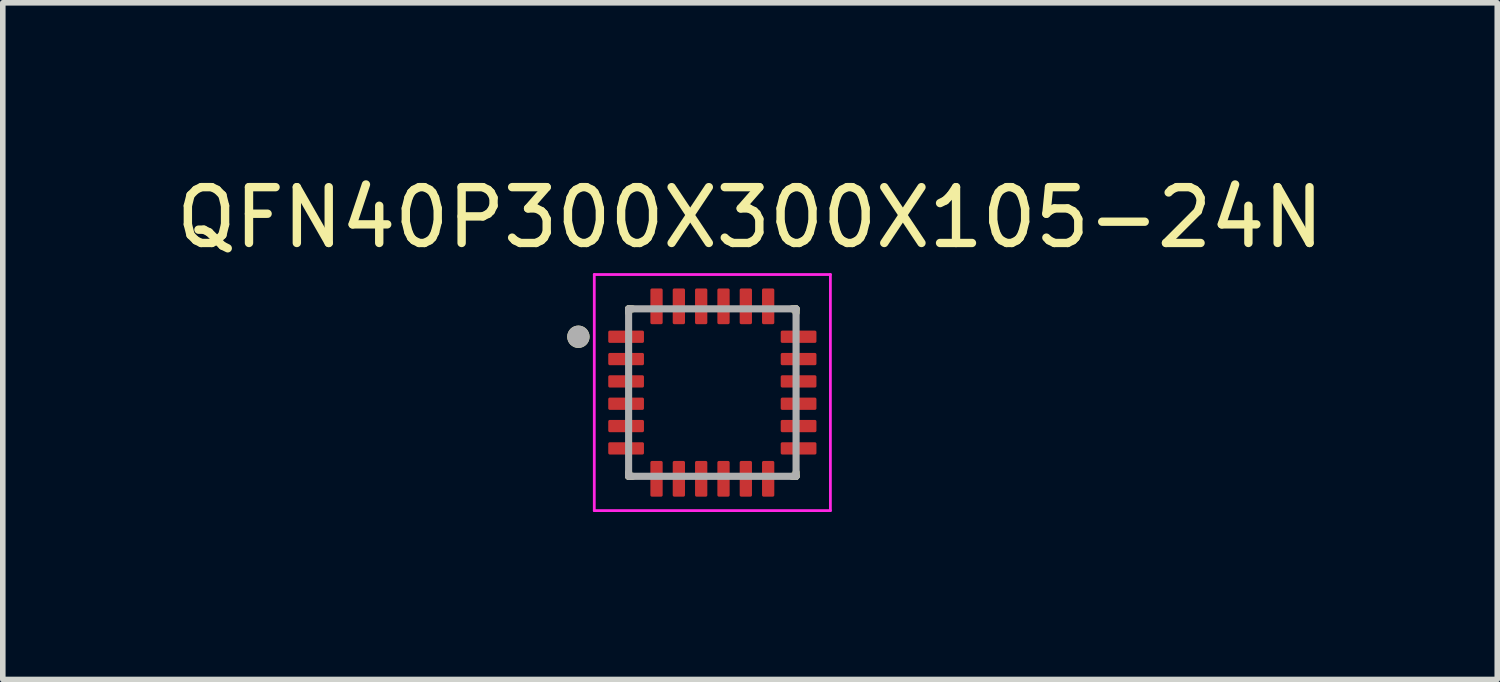
<source format=kicad_pcb>
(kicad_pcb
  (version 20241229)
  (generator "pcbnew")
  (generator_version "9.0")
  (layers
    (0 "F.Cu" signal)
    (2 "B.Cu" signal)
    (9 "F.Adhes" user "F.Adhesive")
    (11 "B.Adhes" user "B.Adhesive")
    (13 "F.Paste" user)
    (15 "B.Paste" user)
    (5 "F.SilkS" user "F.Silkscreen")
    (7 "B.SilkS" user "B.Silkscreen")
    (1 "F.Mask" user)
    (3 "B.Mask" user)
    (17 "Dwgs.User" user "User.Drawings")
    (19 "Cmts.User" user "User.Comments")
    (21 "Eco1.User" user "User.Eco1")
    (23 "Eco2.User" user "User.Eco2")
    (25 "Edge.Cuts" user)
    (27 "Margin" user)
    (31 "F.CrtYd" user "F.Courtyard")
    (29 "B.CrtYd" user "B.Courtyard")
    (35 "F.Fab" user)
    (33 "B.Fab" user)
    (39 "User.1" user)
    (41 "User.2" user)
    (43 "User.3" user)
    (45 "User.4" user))
  (footprint "QFN40P300X300X105-24N"
    (layer "F.Cu")
    (at 9.712 3.983)
    (property "Reference" "QFN40P300X300X105-24N" (at 0.675 -3.135 0) (layer "F.SilkS") (effects (font (size 1 1) (thickness 0.15))))
    (attr smd)
    (fp_line (start -1.5 -1.5) (end -1.5 -1.43) (stroke (width 0.127) (type solid)) (layer "F.SilkS"))
    (fp_line (start -1.5 1.43) (end -1.5 1.5) (stroke (width 0.127) (type solid)) (layer "F.SilkS"))
    (fp_line (start -1.5 1.5) (end -1.43 1.5) (stroke (width 0.127) (type solid)) (layer "F.SilkS"))
    (fp_line (start -1.43 -1.5) (end -1.5 -1.5) (stroke (width 0.127) (type solid)) (layer "F.SilkS"))
    (fp_line (start 1.43 1.5) (end 1.5 1.5) (stroke (width 0.127) (type solid)) (layer "F.SilkS"))
    (fp_line (start 1.5 -1.5) (end 1.43 -1.5) (stroke (width 0.127) (type solid)) (layer "F.SilkS"))
    (fp_line (start 1.5 -1.43) (end 1.5 -1.5) (stroke (width 0.127) (type solid)) (layer "F.SilkS"))
    (fp_line (start 1.5 1.5) (end 1.5 1.43) (stroke (width 0.127) (type solid)) (layer "F.SilkS"))
    (fp_circle (center -2.4 -1) (end -2.3 -1) (stroke (width 0.2) (type solid)) (fill no) (layer "F.SilkS"))
    (fp_line (start -2.115 -2.115) (end 2.115 -2.115) (stroke (width 0.05) (type solid)) (layer "F.CrtYd"))
    (fp_line (start -2.115 2.115) (end -2.115 -2.115) (stroke (width 0.05) (type solid)) (layer "F.CrtYd"))
    (fp_line (start 2.115 -2.115) (end 2.115 2.115) (stroke (width 0.05) (type solid)) (layer "F.CrtYd"))
    (fp_line (start 2.115 2.115) (end -2.115 2.115) (stroke (width 0.05) (type solid)) (layer "F.CrtYd"))
    (fp_line (start -1.5 -1.5) (end 1.5 -1.5) (stroke (width 0.127) (type solid)) (layer "F.Fab"))
    (fp_line (start -1.5 1.5) (end -1.5 -1.5) (stroke (width 0.127) (type solid)) (layer "F.Fab"))
    (fp_line (start 1.5 -1.5) (end 1.5 1.5) (stroke (width 0.127) (type solid)) (layer "F.Fab"))
    (fp_line (start 1.5 1.5) (end -1.5 1.5) (stroke (width 0.127) (type solid)) (layer "F.Fab"))
    (fp_circle (center -2.4 -1) (end -2.3 -1) (stroke (width 0.2) (type solid)) (fill no) (layer "F.Fab"))
    (pad "1" smd roundrect (at -1.545 -1) (size 0.64 0.22) (layers "F.Cu" "F.Mask" "F.Paste") (roundrect_rratio 0.125))
    (pad "2" smd roundrect (at -1.545 -0.6) (size 0.64 0.22) (layers "F.Cu" "F.Mask" "F.Paste") (roundrect_rratio 0.125))
    (pad "3" smd roundrect (at -1.545 -0.2) (size 0.64 0.22) (layers "F.Cu" "F.Mask" "F.Paste") (roundrect_rratio 0.125))
    (pad "4" smd roundrect (at -1.545 0.2) (size 0.64 0.22) (layers "F.Cu" "F.Mask" "F.Paste") (roundrect_rratio 0.125))
    (pad "5" smd roundrect (at -1.545 0.6) (size 0.64 0.22) (layers "F.Cu" "F.Mask" "F.Paste") (roundrect_rratio 0.125))
    (pad "6" smd roundrect (at -1.545 1) (size 0.64 0.22) (layers "F.Cu" "F.Mask" "F.Paste") (roundrect_rratio 0.125))
    (pad "7" smd roundrect (at -1 1.545) (size 0.22 0.64) (layers "F.Cu" "F.Mask" "F.Paste") (roundrect_rratio 0.125))
    (pad "8" smd roundrect (at -0.6 1.545) (size 0.22 0.64) (layers "F.Cu" "F.Mask" "F.Paste") (roundrect_rratio 0.125))
    (pad "9" smd roundrect (at -0.2 1.545) (size 0.22 0.64) (layers "F.Cu" "F.Mask" "F.Paste") (roundrect_rratio 0.125))
    (pad "10" smd roundrect (at 0.2 1.545) (size 0.22 0.64) (layers "F.Cu" "F.Mask" "F.Paste") (roundrect_rratio 0.125))
    (pad "11" smd roundrect (at 0.6 1.545) (size 0.22 0.64) (layers "F.Cu" "F.Mask" "F.Paste") (roundrect_rratio 0.125))
    (pad "12" smd roundrect (at 1 1.545) (size 0.22 0.64) (layers "F.Cu" "F.Mask" "F.Paste") (roundrect_rratio 0.125))
    (pad "13" smd roundrect (at 1.545 1) (size 0.64 0.22) (layers "F.Cu" "F.Mask" "F.Paste") (roundrect_rratio 0.125))
    (pad "14" smd roundrect (at 1.545 0.6) (size 0.64 0.22) (layers "F.Cu" "F.Mask" "F.Paste") (roundrect_rratio 0.125))
    (pad "15" smd roundrect (at 1.545 0.2) (size 0.64 0.22) (layers "F.Cu" "F.Mask" "F.Paste") (roundrect_rratio 0.125))
    (pad "16" smd roundrect (at 1.545 -0.2) (size 0.64 0.22) (layers "F.Cu" "F.Mask" "F.Paste") (roundrect_rratio 0.125))
    (pad "17" smd roundrect (at 1.545 -0.6) (size 0.64 0.22) (layers "F.Cu" "F.Mask" "F.Paste") (roundrect_rratio 0.125))
    (pad "18" smd roundrect (at 1.545 -1) (size 0.64 0.22) (layers "F.Cu" "F.Mask" "F.Paste") (roundrect_rratio 0.125))
    (pad "19" smd roundrect (at 1 -1.545) (size 0.22 0.64) (layers "F.Cu" "F.Mask" "F.Paste") (roundrect_rratio 0.125))
    (pad "20" smd roundrect (at 0.6 -1.545) (size 0.22 0.64) (layers "F.Cu" "F.Mask" "F.Paste") (roundrect_rratio 0.125))
    (pad "21" smd roundrect (at 0.2 -1.545) (size 0.22 0.64) (layers "F.Cu" "F.Mask" "F.Paste") (roundrect_rratio 0.125))
    (pad "22" smd roundrect (at -0.2 -1.545) (size 0.22 0.64) (layers "F.Cu" "F.Mask" "F.Paste") (roundrect_rratio 0.125))
    (pad "23" smd roundrect (at -0.6 -1.545) (size 0.22 0.64) (layers "F.Cu" "F.Mask" "F.Paste") (roundrect_rratio 0.125))
    (pad "24" smd roundrect (at -1 -1.545) (size 0.22 0.64) (layers "F.Cu" "F.Mask" "F.Paste") (roundrect_rratio 0.125))
    (zone (net_name "") (layer "F.Cu") (hatch full 0.508) (connect_pads) (min_thickness 0.01) (filled_areas_thickness no) (keepout (tracks not_allowed) (vias not_allowed) (pads not_allowed) (copperpour not_allowed) (footprints allowed)) (placement (enabled no)) (fill) (polygon (pts (xy 8.862 3.213) (xy 10.562 3.213) (xy 10.562 4.753) (xy 8.862 4.753))))
    (zone (net_name "") (layers "F.Cu" "B.Cu") (hatch full 0.508) (connect_pads) (min_thickness 0.01) (filled_areas_thickness no) (keepout (tracks allowed) (vias not_allowed) (pads allowed) (copperpour allowed) (footprints allowed)) (placement (enabled no)) (fill) (polygon (pts (xy 8.862 3.213) (xy 10.562 3.213) (xy 10.562 4.753) (xy 8.862 4.753)))))
  (gr_rect
    (start -3 -3)
    (end 23.774 9.123)
    (stroke (width 0.1) (type default))
    (fill no)
    (layer "Edge.Cuts")))
</source>
